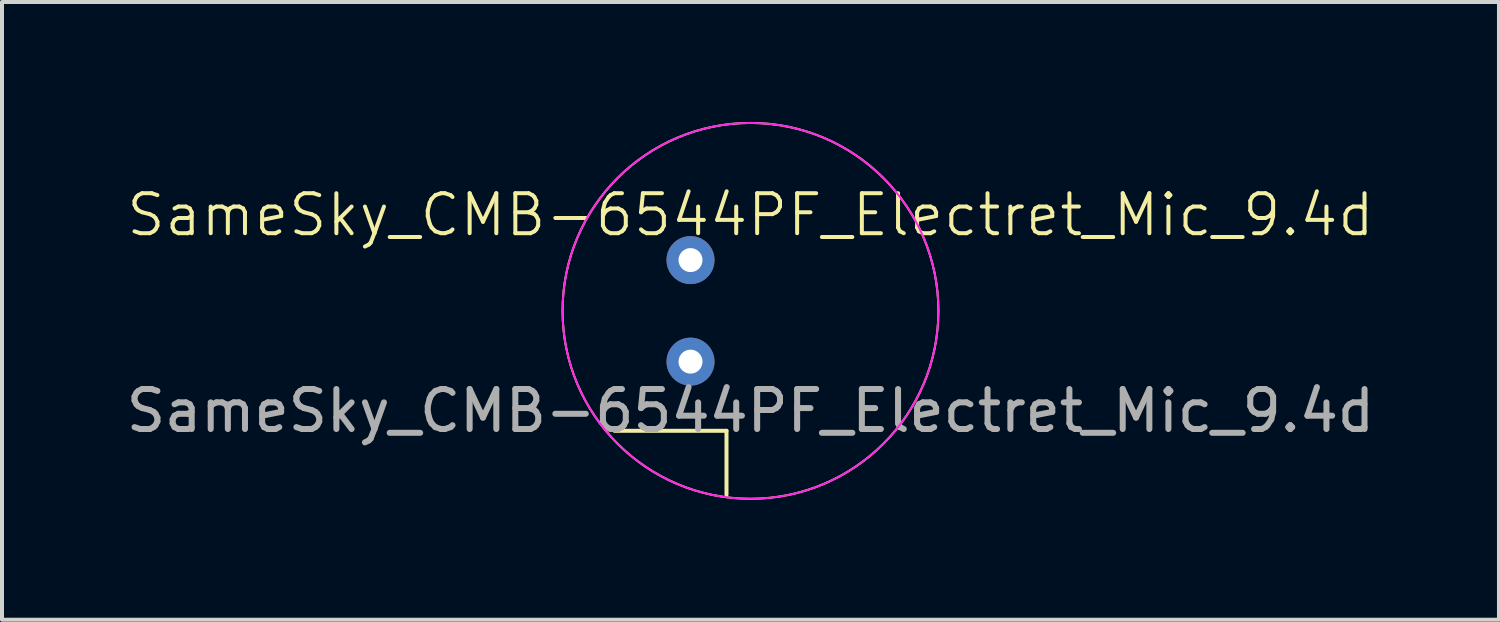
<source format=kicad_pcb>
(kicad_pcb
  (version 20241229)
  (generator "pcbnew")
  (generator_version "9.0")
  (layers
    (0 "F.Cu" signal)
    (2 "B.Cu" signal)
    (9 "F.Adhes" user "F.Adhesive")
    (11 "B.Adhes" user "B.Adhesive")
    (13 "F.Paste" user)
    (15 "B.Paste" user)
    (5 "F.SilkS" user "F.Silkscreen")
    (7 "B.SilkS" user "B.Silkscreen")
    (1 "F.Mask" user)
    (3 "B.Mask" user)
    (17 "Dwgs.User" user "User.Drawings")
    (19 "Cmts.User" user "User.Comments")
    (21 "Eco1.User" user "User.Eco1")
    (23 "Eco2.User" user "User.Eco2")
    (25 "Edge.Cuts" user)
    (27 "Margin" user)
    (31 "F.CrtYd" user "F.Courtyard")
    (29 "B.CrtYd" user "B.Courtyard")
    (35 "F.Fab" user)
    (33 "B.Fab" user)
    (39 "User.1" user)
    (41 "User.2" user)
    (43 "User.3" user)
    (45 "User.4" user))
  (footprint "SameSky_CMB-6544PF_Electret_Mic_9.4d"
    (layer "F.Cu")
    (at 15.72 4.725)
    (property "Reference" "SameSky_CMB-6544PF_Electret_Mic_9.4d" (at 0 -2.4 0) (unlocked yes) (layer "F.SilkS") (effects (font (size 1 1) (thickness 0.1))))
    (attr through_hole)
    (fp_line (start -3.4 3) (end -0.6 3) (stroke (width 0.1) (type default)) (layer "F.SilkS"))
    (fp_line (start -0.6 3) (end -0.6 4.6) (stroke (width 0.1) (type default)) (layer "F.SilkS"))
    (fp_circle (center 0 0) (end 4.7 0) (stroke (width 0.05) (type solid)) (fill no) (layer "F.SilkS"))
    (fp_circle (center 0 0) (end 4.7 0) (stroke (width 0.05) (type solid)) (fill no) (layer "F.CrtYd"))
    (fp_text user "${REFERENCE}" (at 0 2.5 0) (unlocked yes) (layer "F.Fab") (effects (font (size 1 1) (thickness 0.15))))
    (pad "1" thru_hole circle (at -1.5 -1.27) (size 1.2 1.2) (drill 0.6) (property pad_prop_heatsink) (layers "*.Cu" "*.Mask"))
    (pad "2" thru_hole circle (at -1.5 1.27) (size 1.2 1.2) (drill 0.6) (property pad_prop_heatsink) (layers "*.Cu" "*.Mask")))
  (gr_rect
    (start -3 -3)
    (end 34.44 12.45)
    (stroke (width 0.1) (type default))
    (fill no)
    (layer "Edge.Cuts")))
</source>
